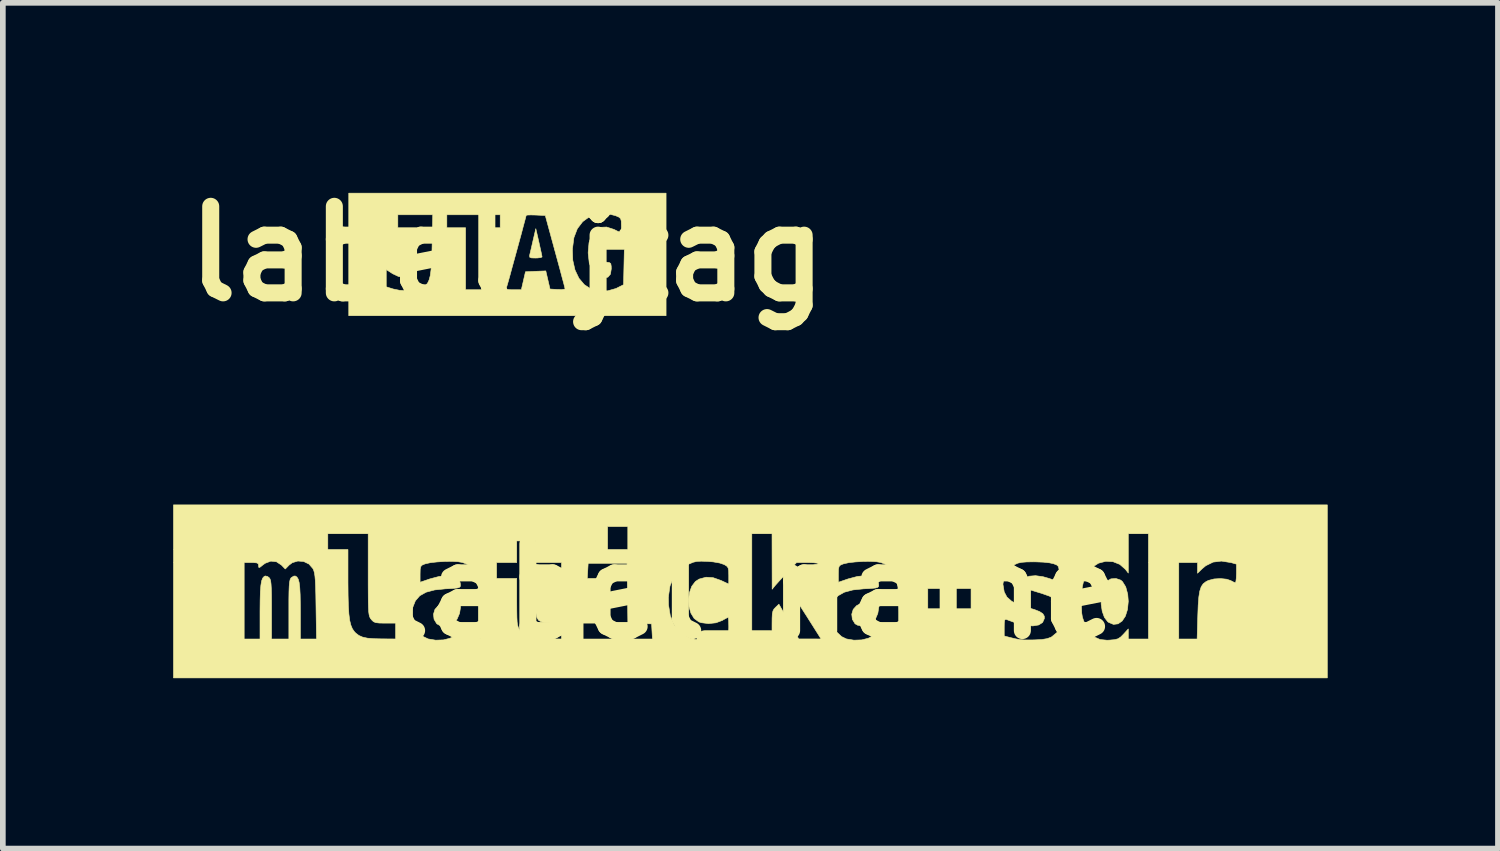
<source format=kicad_pcb>
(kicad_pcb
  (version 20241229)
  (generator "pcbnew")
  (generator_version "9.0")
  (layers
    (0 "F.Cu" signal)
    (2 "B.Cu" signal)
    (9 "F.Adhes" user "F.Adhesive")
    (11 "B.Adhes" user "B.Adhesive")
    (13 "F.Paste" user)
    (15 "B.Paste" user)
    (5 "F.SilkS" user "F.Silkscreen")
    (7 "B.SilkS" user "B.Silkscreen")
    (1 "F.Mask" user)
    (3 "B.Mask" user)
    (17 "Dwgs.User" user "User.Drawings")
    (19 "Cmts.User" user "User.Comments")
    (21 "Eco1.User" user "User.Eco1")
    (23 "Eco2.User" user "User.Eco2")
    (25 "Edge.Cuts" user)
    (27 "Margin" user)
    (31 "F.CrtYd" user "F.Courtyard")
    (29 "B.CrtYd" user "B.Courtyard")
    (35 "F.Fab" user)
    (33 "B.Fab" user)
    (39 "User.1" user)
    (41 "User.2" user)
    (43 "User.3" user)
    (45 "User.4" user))
  (footprint "label_name"
    (layer "F.Cu")
    (at 10.165 7.365)
    (property "Reference" "label_name" (at 0 0 0) (layer "F.SilkS") (effects (font (size 1.524 1.524) (thickness 0.3))))
    (attr through_hole)
    (fp_poly (pts (xy -5.163 0.205) (xy -5.122 0.213) (xy -5.108 0.237) (xy -5.105 0.28) (xy -5.122 0.387) (xy -5.165 0.487) (xy -5.226 0.561) (xy -5.235 0.568) (xy -5.309 0.599) (xy -5.398 0.608) (xy -5.479 0.595) (xy -5.523 0.57) (xy -5.571 0.491) (xy -5.581 0.401) (xy -5.555 0.316) (xy -5.496 0.251) (xy -5.455 0.23) (xy -5.383 0.214) (xy -5.289 0.205) (xy -5.241 0.203) (xy -5.163 0.205)) (stroke (width 0.01) (type solid)) (fill yes) (layer "F.SilkS"))
    (fp_poly (pts (xy 2.203 0.205) (xy 2.244 0.213) (xy 2.258 0.237) (xy 2.261 0.28) (xy 2.244 0.387) (xy 2.201 0.487) (xy 2.14 0.561) (xy 2.131 0.568) (xy 2.057 0.599) (xy 1.968 0.608) (xy 1.887 0.595) (xy 1.843 0.57) (xy 1.795 0.491) (xy 1.785 0.401) (xy 1.811 0.316) (xy 1.87 0.251) (xy 1.911 0.23) (xy 1.983 0.214) (xy 2.077 0.205) (xy 2.125 0.203) (xy 2.203 0.205)) (stroke (width 0.01) (type solid)) (fill yes) (layer "F.SilkS"))
    (fp_poly (pts (xy 6.521 -0.199) (xy 6.552 -0.173) (xy 6.61 -0.079) (xy 6.645 0.05) (xy 6.655 0.175) (xy 6.641 0.318) (xy 6.604 0.435) (xy 6.547 0.521) (xy 6.475 0.571) (xy 6.394 0.581) (xy 6.308 0.545) (xy 6.293 0.534) (xy 6.235 0.459) (xy 6.196 0.351) (xy 6.177 0.224) (xy 6.178 0.091) (xy 6.2 -0.034) (xy 6.242 -0.137) (xy 6.275 -0.179) (xy 6.349 -0.221) (xy 6.438 -0.227) (xy 6.521 -0.199)) (stroke (width 0.01) (type solid)) (fill yes) (layer "F.SilkS"))
    (fp_poly (pts (xy 10.16 1.524) (xy -10.16 1.524) (xy -10.16 -0.508) (xy -8.915 -0.508) (xy -8.915 0.838) (xy -8.636 0.838) (xy -8.636 0.349) (xy -8.634 0.154) (xy -8.63 0.004) (xy -8.621 -0.106) (xy -8.608 -0.184) (xy -8.589 -0.234) (xy -8.563 -0.263) (xy -8.544 -0.272) (xy -8.505 -0.264) (xy -8.474 -0.241) (xy -8.46 -0.22) (xy -8.449 -0.187) (xy -8.442 -0.133) (xy -8.437 -0.053) (xy -8.434 0.061) (xy -8.433 0.215) (xy -8.433 0.319) (xy -8.433 0.838) (xy -8.128 0.838) (xy -8.128 0.319) (xy -8.128 0.14) (xy -8.126 0.005) (xy -8.122 -0.093) (xy -8.116 -0.16) (xy -8.107 -0.204) (xy -8.095 -0.231) (xy -8.087 -0.241) (xy -8.043 -0.269) (xy -8.017 -0.272) (xy -7.987 -0.254) (xy -7.964 -0.218) (xy -7.947 -0.158) (xy -7.936 -0.068) (xy -7.929 0.058) (xy -7.926 0.224) (xy -7.925 0.349) (xy -7.925 0.838) (xy -7.641 0.838) (xy -7.65 0.26) (xy -7.653 0.069) (xy -7.657 -0.079) (xy -7.662 -0.189) (xy -7.669 -0.27) (xy -7.678 -0.328) (xy -7.69 -0.37) (xy -7.704 -0.401) (xy -7.773 -0.481) (xy -7.866 -0.526) (xy -7.969 -0.535) (xy -8.067 -0.506) (xy -8.123 -0.464) (xy -8.191 -0.394) (xy -8.259 -0.464) (xy -8.347 -0.522) (xy -8.445 -0.533) (xy -8.544 -0.496) (xy -8.583 -0.468) (xy -8.633 -0.428) (xy -8.655 -0.419) (xy -8.661 -0.44) (xy -8.661 -0.455) (xy -8.667 -0.487) (xy -8.694 -0.502) (xy -8.754 -0.508) (xy -8.788 -0.508) (xy -8.915 -0.508) (xy -10.16 -0.508) (xy -10.16 -1.016) (xy -7.442 -1.016) (xy -7.442 -0.737) (xy -7.087 -0.737) (xy -7.087 -0.157) (xy -7.085 0.07) (xy -7.08 0.253) (xy -7.071 0.397) (xy -7.057 0.509) (xy -7.036 0.594) (xy -7.009 0.659) (xy -6.973 0.71) (xy -6.951 0.733) (xy -6.895 0.776) (xy -6.829 0.805) (xy -6.742 0.824) (xy -6.623 0.833) (xy -6.496 0.836) (xy -6.248 0.838) (xy -6.248 0.559) (xy -6.437 0.559) (xy -6.536 0.557) (xy -6.598 0.55) (xy -6.638 0.533) (xy -6.669 0.503) (xy -6.678 0.492) (xy -6.694 0.47) (xy -6.697 0.464) (xy -5.957 0.464) (xy -5.921 0.595) (xy -5.852 0.709) (xy -5.76 0.796) (xy -5.675 0.837) (xy -5.543 0.859) (xy -5.405 0.854) (xy -5.29 0.825) (xy -5.216 0.788) (xy -5.157 0.75) (xy -5.151 0.744) (xy -5.118 0.719) (xy -5.107 0.734) (xy -5.105 0.771) (xy -5.103 0.806) (xy -5.089 0.826) (xy -5.052 0.835) (xy -4.982 0.838) (xy -4.928 0.838) (xy -4.75 0.838) (xy -4.75 0.373) (xy -4.753 0.146) (xy -4.763 -0.036) (xy -4.782 -0.179) (xy -4.813 -0.29) (xy -4.857 -0.372) (xy -4.917 -0.434) (xy -4.995 -0.48) (xy -5.068 -0.508) (xy -4.47 -0.508) (xy -4.47 -0.229) (xy -4.115 -0.229) (xy -4.115 0.187) (xy -4.114 0.342) (xy -4.112 0.456) (xy -4.108 0.537) (xy -4.1 0.593) (xy -4.087 0.635) (xy -4.069 0.669) (xy -4.057 0.688) (xy -4.002 0.749) (xy -3.927 0.791) (xy -3.824 0.819) (xy -3.685 0.833) (xy -3.562 0.836) (xy -3.327 0.838) (xy -3.327 0.561) (xy -3.384 0.559) (xy -2.946 0.559) (xy -2.946 0.838) (xy -1.725 0.838) (xy -1.74 0.572) (xy -2.158 0.557) (xy -2.164 0.094) (xy -1.444 0.094) (xy -1.442 0.239) (xy -1.41 0.433) (xy -1.339 0.593) (xy -1.231 0.719) (xy -1.086 0.811) (xy -1.046 0.827) (xy -0.953 0.848) (xy -0.83 0.855) (xy -0.696 0.85) (xy -0.571 0.833) (xy -0.476 0.805) (xy -0.424 0.781) (xy -0.395 0.755) (xy -0.383 0.712) (xy -0.381 0.637) (xy -0.381 0.611) (xy -0.383 0.53) (xy -0.387 0.474) (xy -0.392 0.457) (xy -0.419 0.469) (xy -0.473 0.498) (xy -0.494 0.511) (xy -0.607 0.553) (xy -0.738 0.567) (xy -0.865 0.551) (xy -0.907 0.537) (xy -0.99 0.477) (xy -1.047 0.384) (xy -1.081 0.269) (xy -1.089 0.144) (xy -1.073 0.021) (xy -1.033 -0.089) (xy -0.968 -0.175) (xy -0.903 -0.217) (xy -0.781 -0.25) (xy -0.657 -0.242) (xy -0.518 -0.193) (xy -0.514 -0.191) (xy -0.381 -0.129) (xy -0.381 -0.28) (xy -0.383 -0.365) (xy -0.393 -0.415) (xy -0.417 -0.446) (xy -0.463 -0.474) (xy -0.464 -0.474) (xy -0.541 -0.5) (xy -0.655 -0.52) (xy -0.755 -0.528) (xy -0.865 -0.532) (xy -0.944 -0.528) (xy -1.009 -0.513) (xy -1.081 -0.482) (xy -1.106 -0.47) (xy -1.248 -0.377) (xy -1.351 -0.252) (xy -1.416 -0.096) (xy -1.444 0.094) (xy -2.164 0.094) (xy -2.172 -0.495) (xy -2.857 -0.495) (xy -2.865 -0.362) (xy -2.873 -0.229) (xy -2.515 -0.229) (xy -2.515 0.559) (xy -2.946 0.559) (xy -3.384 0.559) (xy -3.524 0.554) (xy -3.617 0.548) (xy -3.685 0.535) (xy -3.731 0.508) (xy -3.76 0.46) (xy -3.776 0.382) (xy -3.783 0.269) (xy -3.784 0.112) (xy -3.784 0.095) (xy -3.785 -0.229) (xy -3.327 -0.229) (xy -3.327 -0.508) (xy -3.785 -0.508) (xy -3.785 -0.889) (xy -4.115 -0.889) (xy -4.115 -0.508) (xy -4.47 -0.508) (xy -5.068 -0.508) (xy -5.07 -0.509) (xy -5.147 -0.523) (xy -5.257 -0.529) (xy -5.386 -0.527) (xy -5.518 -0.519) (xy -5.635 -0.506) (xy -5.724 -0.486) (xy -5.734 -0.483) (xy -5.781 -0.463) (xy -5.805 -0.437) (xy -5.815 -0.39) (xy -5.817 -0.307) (xy -5.817 -0.161) (xy -5.645 -0.22) (xy -5.483 -0.263) (xy -5.344 -0.278) (xy -5.233 -0.263) (xy -5.153 -0.222) (xy -5.111 -0.154) (xy -5.106 -0.111) (xy -5.109 -0.087) (xy -5.125 -0.071) (xy -5.162 -0.06) (xy -5.23 -0.053) (xy -5.338 -0.047) (xy -5.366 -0.046) (xy -5.56 -0.026) (xy -5.711 0.014) (xy -5.823 0.077) (xy -5.9 0.166) (xy -5.947 0.284) (xy -5.956 0.33) (xy -5.957 0.464) (xy -6.697 0.464) (xy -6.706 0.445) (xy -6.715 0.41) (xy -6.722 0.359) (xy -6.726 0.287) (xy -6.729 0.187) (xy -6.73 0.053) (xy -6.731 -0.121) (xy -6.731 -0.296) (xy -6.731 -1.016) (xy -7.442 -1.016) (xy -10.16 -1.016) (xy -10.16 -1.143) (xy -2.515 -1.143) (xy -2.515 -0.737) (xy -2.159 -0.737) (xy -2.159 -1.016) (xy 0.025 -1.016) (xy 0.025 0.838) (xy 0.381 0.838) (xy 0.381 0.589) (xy 0.382 0.472) (xy 0.386 0.395) (xy 0.397 0.345) (xy 0.415 0.311) (xy 0.442 0.282) (xy 0.502 0.225) (xy 0.676 0.531) (xy 0.851 0.837) (xy 1.048 0.837) (xy 1.245 0.838) (xy 1.183 0.74) (xy 1.147 0.683) (xy 1.091 0.594) (xy 1.021 0.484) (xy 1.009 0.464) (xy 1.409 0.464) (xy 1.445 0.595) (xy 1.514 0.709) (xy 1.606 0.796) (xy 1.691 0.837) (xy 1.823 0.859) (xy 1.961 0.854) (xy 2.076 0.825) (xy 2.15 0.788) (xy 2.209 0.75) (xy 2.215 0.744) (xy 2.248 0.719) (xy 2.259 0.734) (xy 2.261 0.771) (xy 2.263 0.806) (xy 2.277 0.826) (xy 2.314 0.835) (xy 2.384 0.838) (xy 2.438 0.838) (xy 2.616 0.838) (xy 2.616 0.373) (xy 2.613 0.146) (xy 2.603 -0.036) (xy 2.601 -0.051) (xy 3.124 -0.051) (xy 3.124 0.305) (xy 3.886 0.305) (xy 3.886 -0.051) (xy 3.124 -0.051) (xy 2.601 -0.051) (xy 2.591 -0.128) (xy 4.447 -0.128) (xy 4.47 0.01) (xy 4.518 0.1) (xy 4.602 0.174) (xy 4.725 0.235) (xy 4.864 0.279) (xy 5.001 0.319) (xy 5.094 0.356) (xy 5.15 0.393) (xy 5.175 0.435) (xy 5.177 0.477) (xy 5.146 0.547) (xy 5.077 0.591) (xy 4.975 0.608) (xy 4.845 0.598) (xy 4.692 0.562) (xy 4.521 0.499) (xy 4.515 0.496) (xy 4.49 0.491) (xy 4.477 0.509) (xy 4.471 0.56) (xy 4.47 0.631) (xy 4.47 0.785) (xy 4.566 0.81) (xy 4.665 0.834) (xy 4.747 0.849) (xy 4.831 0.855) (xy 4.937 0.855) (xy 5.005 0.854) (xy 5.133 0.847) (xy 5.225 0.832) (xy 5.294 0.807) (xy 5.31 0.797) (xy 5.418 0.707) (xy 5.487 0.591) (xy 5.513 0.458) (xy 5.494 0.317) (xy 5.477 0.27) (xy 5.433 0.196) (xy 5.399 0.165) (xy 5.83 0.165) (xy 5.831 0.292) (xy 5.835 0.382) (xy 5.846 0.45) (xy 5.866 0.511) (xy 5.897 0.579) (xy 5.905 0.597) (xy 5.981 0.723) (xy 6.062 0.805) (xy 6.16 0.848) (xy 6.284 0.86) (xy 6.321 0.858) (xy 6.414 0.85) (xy 6.474 0.834) (xy 6.522 0.802) (xy 6.569 0.755) (xy 6.655 0.661) (xy 6.655 0.838) (xy 7.01 0.838) (xy 7.01 -0.508) (xy 7.544 -0.508) (xy 7.544 0.838) (xy 7.867 0.838) (xy 7.879 0.425) (xy 7.886 0.24) (xy 7.897 0.099) (xy 7.914 -0.006) (xy 7.939 -0.082) (xy 7.974 -0.134) (xy 8.022 -0.171) (xy 8.065 -0.193) (xy 8.165 -0.219) (xy 8.28 -0.226) (xy 8.387 -0.215) (xy 8.458 -0.191) (xy 8.51 -0.164) (xy 8.541 -0.153) (xy 8.55 -0.176) (xy 8.557 -0.236) (xy 8.56 -0.316) (xy 8.56 -0.48) (xy 8.465 -0.507) (xy 8.296 -0.534) (xy 8.149 -0.516) (xy 8.019 -0.452) (xy 7.957 -0.4) (xy 7.874 -0.32) (xy 7.874 -0.508) (xy 7.544 -0.508) (xy 7.01 -0.508) (xy 7.01 -1.016) (xy 6.655 -1.016) (xy 6.655 -0.323) (xy 6.602 -0.391) (xy 6.505 -0.476) (xy 6.386 -0.523) (xy 6.258 -0.53) (xy 6.131 -0.497) (xy 6.018 -0.425) (xy 5.995 -0.403) (xy 5.923 -0.312) (xy 5.874 -0.208) (xy 5.845 -0.08) (xy 5.832 0.082) (xy 5.83 0.165) (xy 5.399 0.165) (xy 5.366 0.136) (xy 5.266 0.083) (xy 5.127 0.034) (xy 5.069 0.017) (xy 4.937 -0.024) (xy 4.849 -0.061) (xy 4.799 -0.098) (xy 4.782 -0.138) (xy 4.787 -0.176) (xy 4.831 -0.235) (xy 4.911 -0.268) (xy 5.021 -0.277) (xy 5.152 -0.259) (xy 5.258 -0.229) (xy 5.336 -0.202) (xy 5.395 -0.184) (xy 5.417 -0.179) (xy 5.427 -0.201) (xy 5.434 -0.26) (xy 5.436 -0.316) (xy 5.434 -0.395) (xy 5.423 -0.44) (xy 5.394 -0.466) (xy 5.34 -0.487) (xy 5.268 -0.503) (xy 5.16 -0.515) (xy 5.033 -0.52) (xy 4.991 -0.521) (xy 4.865 -0.519) (xy 4.776 -0.512) (xy 4.712 -0.498) (xy 4.66 -0.475) (xy 4.651 -0.47) (xy 4.541 -0.378) (xy 4.472 -0.261) (xy 4.447 -0.128) (xy 2.591 -0.128) (xy 2.584 -0.179) (xy 2.553 -0.29) (xy 2.509 -0.372) (xy 2.449 -0.434) (xy 2.371 -0.48) (xy 2.296 -0.509) (xy 2.219 -0.523) (xy 2.109 -0.529) (xy 1.98 -0.527) (xy 1.848 -0.519) (xy 1.731 -0.506) (xy 1.642 -0.486) (xy 1.632 -0.483) (xy 1.585 -0.463) (xy 1.561 -0.437) (xy 1.551 -0.39) (xy 1.549 -0.307) (xy 1.549 -0.161) (xy 1.721 -0.22) (xy 1.883 -0.263) (xy 2.022 -0.278) (xy 2.133 -0.263) (xy 2.213 -0.222) (xy 2.255 -0.154) (xy 2.26 -0.111) (xy 2.257 -0.087) (xy 2.241 -0.071) (xy 2.204 -0.06) (xy 2.136 -0.053) (xy 2.028 -0.047) (xy 2 -0.046) (xy 1.806 -0.026) (xy 1.655 0.014) (xy 1.543 0.077) (xy 1.466 0.166) (xy 1.419 0.284) (xy 1.41 0.33) (xy 1.409 0.464) (xy 1.009 0.464) (xy 0.944 0.363) (xy 0.919 0.324) (xy 0.717 0.006) (xy 0.956 -0.232) (xy 1.044 -0.321) (xy 1.117 -0.398) (xy 1.169 -0.455) (xy 1.193 -0.486) (xy 1.194 -0.488) (xy 1.17 -0.498) (xy 1.109 -0.505) (xy 1.021 -0.508) (xy 1.004 -0.508) (xy 0.813 -0.508) (xy 0.651 -0.337) (xy 0.572 -0.253) (xy 0.5 -0.175) (xy 0.448 -0.117) (xy 0.435 -0.102) (xy 0.383 -0.038) (xy 0.381 -1.016) (xy 0.025 -1.016) (xy -2.159 -1.016) (xy -2.159 -1.143) (xy -2.515 -1.143) (xy -10.16 -1.143) (xy -10.16 -1.524) (xy 10.16 -1.524) (xy 10.16 1.524)) (stroke (width 0.01) (type solid)) (fill yes) (layer "F.SilkS")))
  (footprint "label_jtag"
    (layer "F.Cu")
    (at 5.886 1.418)
    (property "Reference" "label_jtag" (at 0 0 0) (layer "F.SilkS") (effects (font (size 1.524 1.524) (thickness 0.3))))
    (attr through_hole)
    (fp_poly (pts (xy 0.555 -0.201) (xy 0.578 -0.097) (xy 0.597 -0.011) (xy 0.608 0.044) (xy 0.61 0.057) (xy 0.587 0.068) (xy 0.529 0.075) (xy 0.495 0.076) (xy 0.425 0.074) (xy 0.394 0.063) (xy 0.39 0.036) (xy 0.393 0.019) (xy 0.405 -0.032) (xy 0.425 -0.117) (xy 0.448 -0.218) (xy 0.453 -0.24) (xy 0.5 -0.441) (xy 0.555 -0.201)) (stroke (width 0.01) (type solid)) (fill yes) (layer "F.SilkS"))
    (fp_poly (pts (xy 2.794 1.092) (xy -2.794 1.092) (xy -2.794 0.279) (xy -2.134 0.279) (xy -2.134 0.583) (xy -2.013 0.621) (xy -1.897 0.645) (xy -1.767 0.652) (xy -1.641 0.643) (xy -1.535 0.618) (xy -1.487 0.595) (xy -1.441 0.56) (xy -1.406 0.518) (xy -1.379 0.462) (xy -1.359 0.386) (xy -1.345 0.282) (xy -1.335 0.145) (xy -1.329 -0.032) (xy -1.326 -0.159) (xy -1.315 -0.686) (xy -1.067 -0.686) (xy -1.067 -0.457) (xy -0.737 -0.457) (xy -0.737 0.635) (xy -0.457 0.635) (xy -0.457 0.614) (xy -0.017 0.614) (xy -0.000151 0.629) (xy 0.05 0.634) (xy 0.108 0.635) (xy 0.245 0.635) (xy 0.318 0.318) (xy 0.497 0.31) (xy 0.676 0.303) (xy 0.713 0.463) (xy 0.75 0.622) (xy 0.883 0.63) (xy 0.957 0.631) (xy 1.005 0.625) (xy 1.015 0.617) (xy 1.008 0.588) (xy 0.99 0.517) (xy 0.961 0.41) (xy 0.925 0.274) (xy 0.882 0.116) (xy 0.84 -0.038) (xy 0.83 -0.075) (xy 1.144 -0.075) (xy 1.151 0.115) (xy 1.19 0.287) (xy 1.259 0.432) (xy 1.354 0.545) (xy 1.456 0.611) (xy 1.606 0.653) (xy 1.765 0.654) (xy 1.914 0.612) (xy 1.931 0.603) (xy 2.045 0.546) (xy 2.052 0.235) (xy 2.059 -0.076) (xy 1.623 -0.076) (xy 1.63 0.032) (xy 1.638 0.1) (xy 1.657 0.132) (xy 1.701 0.144) (xy 1.734 0.148) (xy 1.793 0.155) (xy 1.82 0.174) (xy 1.828 0.22) (xy 1.829 0.267) (xy 1.814 0.361) (xy 1.769 0.413) (xy 1.693 0.426) (xy 1.653 0.419) (xy 1.559 0.374) (xy 1.487 0.286) (xy 1.441 0.161) (xy 1.423 0.001) (xy 1.422 -0.025) (xy 1.437 -0.194) (xy 1.479 -0.324) (xy 1.547 -0.416) (xy 1.636 -0.465) (xy 1.746 -0.47) (xy 1.873 -0.429) (xy 1.88 -0.426) (xy 2.007 -0.363) (xy 2.007 -0.496) (xy 2.005 -0.575) (xy 1.993 -0.619) (xy 1.96 -0.646) (xy 1.904 -0.67) (xy 1.744 -0.71) (xy 1.589 -0.703) (xy 1.447 -0.653) (xy 1.325 -0.564) (xy 1.231 -0.44) (xy 1.172 -0.286) (xy 1.17 -0.277) (xy 1.144 -0.075) (xy 0.83 -0.075) (xy 0.667 -0.673) (xy 0.498 -0.681) (xy 0.413 -0.683) (xy 0.353 -0.681) (xy 0.33 -0.676) (xy 0.324 -0.649) (xy 0.306 -0.581) (xy 0.279 -0.481) (xy 0.246 -0.355) (xy 0.207 -0.213) (xy 0.166 -0.062) (xy 0.124 0.091) (xy 0.084 0.236) (xy 0.049 0.366) (xy 0.019 0.474) (xy -0.003 0.55) (xy -0.013 0.584) (xy -0.017 0.614) (xy -0.457 0.614) (xy -0.457 -0.457) (xy -0.127 -0.457) (xy -0.127 -0.686) (xy -1.067 -0.686) (xy -1.315 -0.686) (xy -1.315 -0.686) (xy -1.623 -0.686) (xy -1.93 -0.686) (xy -1.93 -0.457) (xy -1.6 -0.457) (xy -1.6 -0.079) (xy -1.601 0.07) (xy -1.604 0.178) (xy -1.609 0.252) (xy -1.619 0.302) (xy -1.633 0.337) (xy -1.649 0.359) (xy -1.717 0.406) (xy -1.811 0.419) (xy -1.918 0.401) (xy -2.026 0.35) (xy -2.031 0.346) (xy -2.134 0.279) (xy -2.794 0.279) (xy -2.794 -1.067) (xy 2.794 -1.067) (xy 2.794 1.092)) (stroke (width 0.01) (type solid)) (fill yes) (layer "F.SilkS")))
  (gr_rect
    (start -3 -3)
    (end 23.33 11.894)
    (stroke (width 0.1) (type default))
    (fill no)
    (layer "Edge.Cuts")))
</source>
